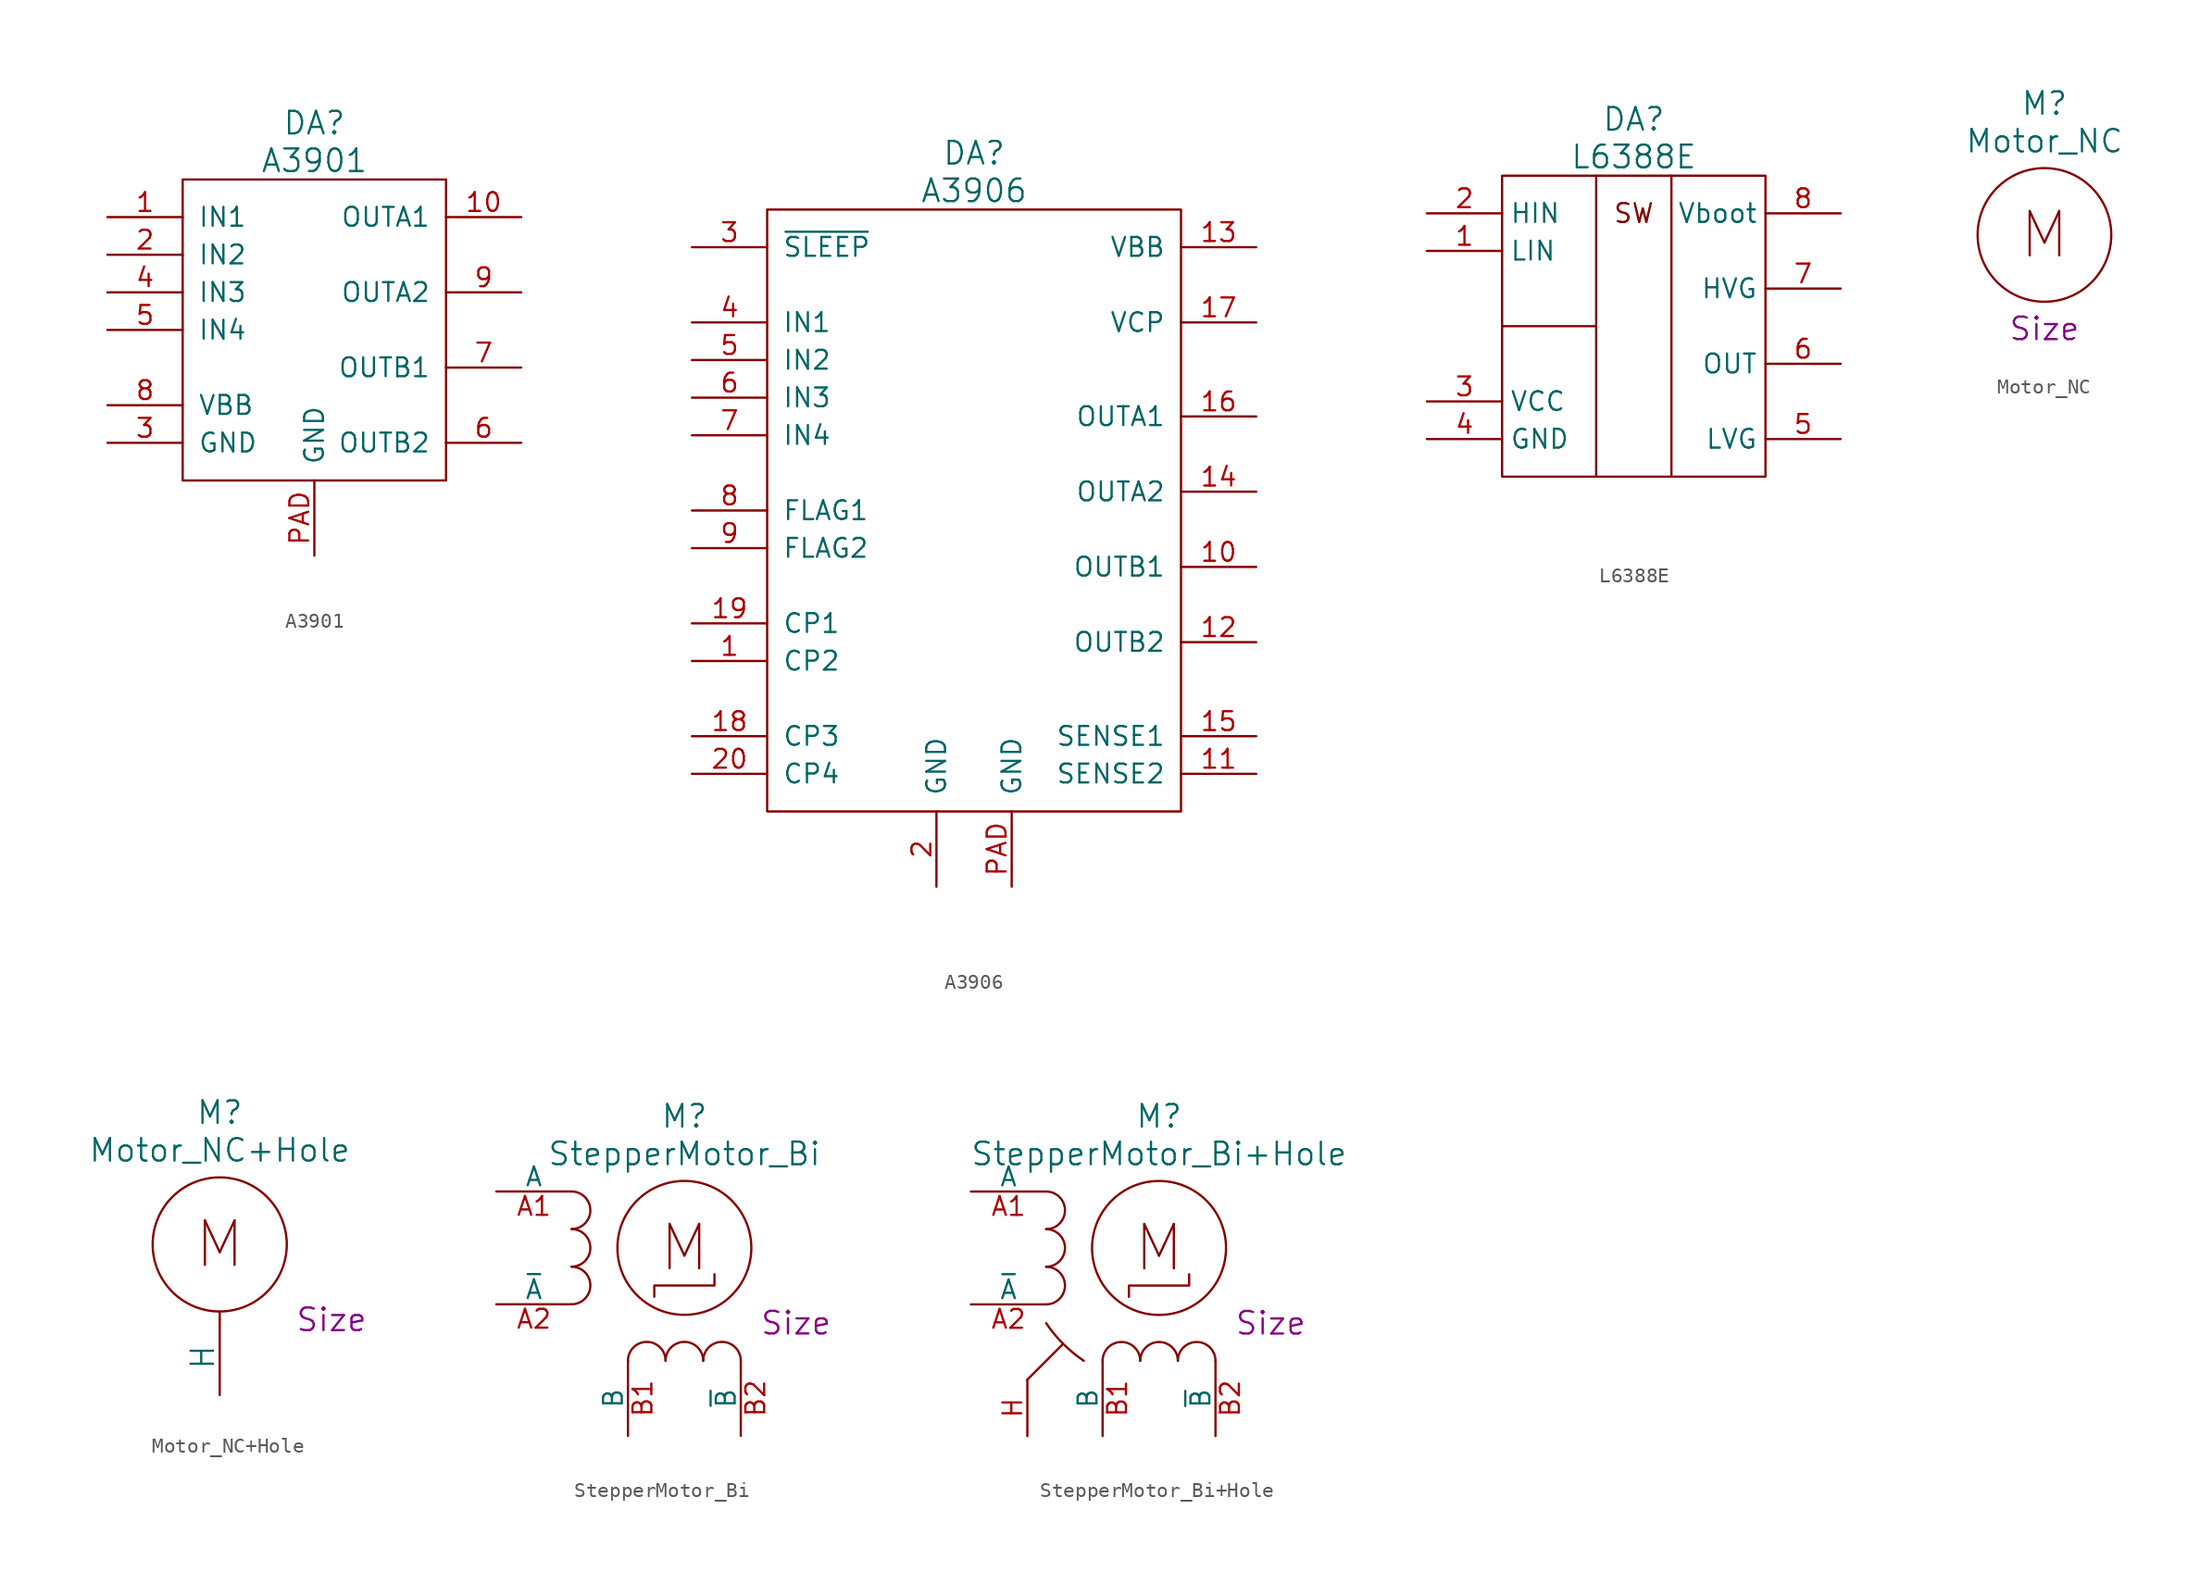
<source format=kicad_sym>
(kicad_symbol_lib
  (version 20220914)
  (generator kicad_symbol_editor)
  (symbol "A3901"
    (pin_names
      (offset 1.016))
    (property "Reference" "DA"
      (at 0 13.97 0)
      (effects (font (size 1.524 1.524))))
    (property "Value" "A3901"
      (at 0 11.43 0)
      (effects (font (size 1.524 1.524))))
    (property "Datasheet" ""
      (at 7.62 -12.7 0)
      (effects (font (size 1.524 1.524))))
    (symbol "A3901_0_1"
      (rectangle (start -8.89 10.16) (end 8.89 -10.16) (stroke (width 0) (type solid)) (fill (type none))))
    (symbol "A3901_1_1"
      (pin passive line (at -13.97 7.62 0) (length 5.08) (name "IN1" (effects (font (size 1.27 1.27)))) (number "1" (effects (font (size 1.27 1.27)))))
      (pin passive line (at 13.97 7.62 180) (length 5.08) (name "OUTA1" (effects (font (size 1.27 1.27)))) (number "10" (effects (font (size 1.27 1.27)))))
      (pin passive line (at -13.97 5.08 0) (length 5.08) (name "IN2" (effects (font (size 1.27 1.27)))) (number "2" (effects (font (size 1.27 1.27)))))
      (pin power_in line (at -13.97 -7.62 0) (length 5.08) (name "GND" (effects (font (size 1.27 1.27)))) (number "3" (effects (font (size 1.27 1.27)))))
      (pin passive line (at -13.97 2.54 0) (length 5.08) (name "IN3" (effects (font (size 1.27 1.27)))) (number "4" (effects (font (size 1.27 1.27)))))
      (pin passive line (at -13.97 0 0) (length 5.08) (name "IN4" (effects (font (size 1.27 1.27)))) (number "5" (effects (font (size 1.27 1.27)))))
      (pin passive line (at 13.97 -7.62 180) (length 5.08) (name "OUTB2" (effects (font (size 1.27 1.27)))) (number "6" (effects (font (size 1.27 1.27)))))
      (pin passive line (at 13.97 -2.54 180) (length 5.08) (name "OUTB1" (effects (font (size 1.27 1.27)))) (number "7" (effects (font (size 1.27 1.27)))))
      (pin power_in line (at -13.97 -5.08 0) (length 5.08) (name "VBB" (effects (font (size 1.27 1.27)))) (number "8" (effects (font (size 1.27 1.27)))))
      (pin passive line (at 13.97 2.54 180) (length 5.08) (name "OUTA2" (effects (font (size 1.27 1.27)))) (number "9" (effects (font (size 1.27 1.27)))))
      (pin passive line (at 0 -15.24 90) (length 5.08) (name "GND" (effects (font (size 1.27 1.27)))) (number "PAD" (effects (font (size 1.27 1.27)))))))
  (symbol "A3906"
    (pin_names
      (offset 1.016))
    (property "Reference" "DA"
      (at 0 22.86 0)
      (effects (font (size 1.524 1.524))))
    (property "Value" "A3906"
      (at 0 20.32 0)
      (effects (font (size 1.524 1.524))))
    (property "Datasheet" ""
      (at 7.62 -3.81 0)
      (effects (font (size 1.524 1.524))))
    (symbol "A3906_0_1"
      (rectangle (start -13.97 19.05) (end 13.97 -21.59) (stroke (width 0) (type solid)) (fill (type none))))
    (symbol "A3906_1_1"
      (pin passive line (at -19.05 -11.43 0) (length 5.08) (name "CP2" (effects (font (size 1.27 1.27)))) (number "1" (effects (font (size 1.27 1.27)))))
      (pin passive line (at 19.05 -5.08 180) (length 5.08) (name "OUTB1" (effects (font (size 1.27 1.27)))) (number "10" (effects (font (size 1.27 1.27)))))
      (pin passive line (at 19.05 -19.05 180) (length 5.08) (name "SENSE2" (effects (font (size 1.27 1.27)))) (number "11" (effects (font (size 1.27 1.27)))))
      (pin passive line (at 19.05 -10.16 180) (length 5.08) (name "OUTB2" (effects (font (size 1.27 1.27)))) (number "12" (effects (font (size 1.27 1.27)))))
      (pin power_in line (at 19.05 16.51 180) (length 5.08) (name "VBB" (effects (font (size 1.27 1.27)))) (number "13" (effects (font (size 1.27 1.27)))))
      (pin passive line (at 19.05 0 180) (length 5.08) (name "OUTA2" (effects (font (size 1.27 1.27)))) (number "14" (effects (font (size 1.27 1.27)))))
      (pin passive line (at 19.05 -16.51 180) (length 5.08) (name "SENSE1" (effects (font (size 1.27 1.27)))) (number "15" (effects (font (size 1.27 1.27)))))
      (pin passive line (at 19.05 5.08 180) (length 5.08) (name "OUTA1" (effects (font (size 1.27 1.27)))) (number "16" (effects (font (size 1.27 1.27)))))
      (pin passive line (at 19.05 11.43 180) (length 5.08) (name "VCP" (effects (font (size 1.27 1.27)))) (number "17" (effects (font (size 1.27 1.27)))))
      (pin passive line (at -19.05 -16.51 0) (length 5.08) (name "CP3" (effects (font (size 1.27 1.27)))) (number "18" (effects (font (size 1.27 1.27)))))
      (pin passive line (at -19.05 -8.89 0) (length 5.08) (name "CP1" (effects (font (size 1.27 1.27)))) (number "19" (effects (font (size 1.27 1.27)))))
      (pin power_in line (at -2.54 -26.67 90) (length 5.08) (name "GND" (effects (font (size 1.27 1.27)))) (number "2" (effects (font (size 1.27 1.27)))))
      (pin passive line (at -19.05 -19.05 0) (length 5.08) (name "CP4" (effects (font (size 1.27 1.27)))) (number "20" (effects (font (size 1.27 1.27)))))
      (pin passive line (at -19.05 16.51 0) (length 5.08) (name "~{SLEEP}" (effects (font (size 1.27 1.27)))) (number "3" (effects (font (size 1.27 1.27)))))
      (pin passive line (at -19.05 11.43 0) (length 5.08) (name "IN1" (effects (font (size 1.27 1.27)))) (number "4" (effects (font (size 1.27 1.27)))))
      (pin passive line (at -19.05 8.89 0) (length 5.08) (name "IN2" (effects (font (size 1.27 1.27)))) (number "5" (effects (font (size 1.27 1.27)))))
      (pin passive line (at -19.05 6.35 0) (length 5.08) (name "IN3" (effects (font (size 1.27 1.27)))) (number "6" (effects (font (size 1.27 1.27)))))
      (pin passive line (at -19.05 3.81 0) (length 5.08) (name "IN4" (effects (font (size 1.27 1.27)))) (number "7" (effects (font (size 1.27 1.27)))))
      (pin passive line (at -19.05 -1.27 0) (length 5.08) (name "FLAG1" (effects (font (size 1.27 1.27)))) (number "8" (effects (font (size 1.27 1.27)))))
      (pin passive line (at -19.05 -3.81 0) (length 5.08) (name "FLAG2" (effects (font (size 1.27 1.27)))) (number "9" (effects (font (size 1.27 1.27)))))
      (pin passive line (at 2.54 -26.67 90) (length 5.08) (name "GND" (effects (font (size 1.27 1.27)))) (number "PAD" (effects (font (size 1.27 1.27)))))))
  (symbol "L6388E"
    (pin_names
      (offset 0.5))
    (property "Reference" "DA"
      (at 0 13.97 0)
      (effects (font (size 1.524 1.524))))
    (property "Value" "L6388E"
      (at 0 11.43 0)
      (effects (font (size 1.524 1.524))))
    (property "Datasheet" ""
      (at 7.62 -12.7 0)
      (effects (font (size 1.524 1.524))))
    (symbol "L6388E_0_1"
      (rectangle (start -8.89 10.16) (end 8.89 -10.16) (stroke (width 0) (type solid)) (fill (type none)))
      (polyline (pts (xy -2.54 -10.16) (xy -2.54 10.16)) (stroke (width 0) (type default)) (fill (type none)))
      (polyline (pts (xy 2.54 10.16) (xy 2.54 -10.16)) (stroke (width 0) (type default)) (fill (type none))))
    (symbol "L6388E_1_0"
      (polyline (pts (xy -8.89 0) (xy -2.54 0)) (stroke (width 0) (type default)) (fill (type none)))
      (text "SW" (at 0 7.62 0) (effects (font (size 1.27 1.27)))))
    (symbol "L6388E_1_1"
      (pin input line (at -13.97 5.08 0) (length 5.08) (name "LIN" (effects (font (size 1.27 1.27)))) (number "1" (effects (font (size 1.27 1.27)))))
      (pin input line (at -13.97 7.62 0) (length 5.08) (name "HIN" (effects (font (size 1.27 1.27)))) (number "2" (effects (font (size 1.27 1.27)))))
      (pin power_in line (at -13.97 -5.08 0) (length 5.08) (name "VCC" (effects (font (size 1.27 1.27)))) (number "3" (effects (font (size 1.27 1.27)))))
      (pin power_in line (at -13.97 -7.62 0) (length 5.08) (name "GND" (effects (font (size 1.27 1.27)))) (number "4" (effects (font (size 1.27 1.27)))))
      (pin passive line (at 13.97 -7.62 180) (length 5.08) (name "LVG" (effects (font (size 1.27 1.27)))) (number "5" (effects (font (size 1.27 1.27)))))
      (pin passive line (at 13.97 -2.54 180) (length 5.08) (name "OUT" (effects (font (size 1.27 1.27)))) (number "6" (effects (font (size 1.27 1.27)))))
      (pin passive line (at 13.97 2.54 180) (length 5.08) (name "HVG" (effects (font (size 1.27 1.27)))) (number "7" (effects (font (size 1.27 1.27)))))
      (pin passive line (at 13.97 7.62 180) (length 5.08) (name "Vboot" (effects (font (size 1.27 1.27)))) (number "8" (effects (font (size 1.27 1.27)))))))
  (symbol "Motor_NC"
    (pin_numbers hide)
    (pin_names
      (offset 0))
    (property "Reference" "M"
      (at 0 8.89 0)
      (effects (font (size 1.524 1.524))))
    (property "Value" "Motor_NC"
      (at 0 6.35 0)
      (effects (font (size 1.524 1.524))))
    (property "Footprint" ""
      (at 0 0 0)
      (effects (font (size 1.524 1.524))))
    (property "Datasheet" ""
      (at 0 8.89 0)
      (effects (font (size 1.524 1.524))))
    (property "Size" "Size"
      (at 0 -6.35 0)
      (effects (font (size 1.524 1.524))))
    (symbol "Motor_NC_0_0"
      (text "M" (at 0 0 0) (effects (font (size 2.997 2.997)))))
    (symbol "Motor_NC_0_1"
      (circle (center 0 0) (radius 4.521) (stroke (width 0) (type solid)) (fill (type none)))))
  (symbol "Motor_NC+Hole"
    (pin_numbers hide)
    (pin_names
      (offset 0))
    (property "Reference" "M"
      (at 0 8.89 0)
      (effects (font (size 1.524 1.524))))
    (property "Value" "Motor_NC+Hole"
      (at 0 6.35 0)
      (effects (font (size 1.524 1.524))))
    (property "Footprint" ""
      (at 0 0 0)
      (effects (font (size 1.524 1.524))))
    (property "Datasheet" ""
      (at 0 8.89 0)
      (effects (font (size 1.524 1.524))))
    (property "Size" "Size"
      (at 5.08 -5.08 0)
      (effects (font (size 1.524 1.524)) (justify left)))
    (symbol "Motor_NC+Hole_0_0"
      (text "M" (at 0 0 0) (effects (font (size 2.997 2.997)))))
    (symbol "Motor_NC+Hole_0_1"
      (polyline (pts (xy 0 -5.08) (xy 0 -4.572)) (stroke (width 0) (type solid)) (fill (type none)))
      (circle (center 0 0) (radius 4.521) (stroke (width 0) (type solid)) (fill (type none))))
    (symbol "Motor_NC+Hole_1_1"
      (pin passive line (at 0 -10.16 90) (length 5.105) (name "H" (effects (font (size 1.524 1.524)))) (number "H" (effects (font (size 1.524 1.524)))))))
  (symbol "StepperMotor_Bi"
    (pin_names
      (offset 0))
    (property "Reference" "M"
      (at 0 8.89 0)
      (effects (font (size 1.524 1.524))))
    (property "Value" "StepperMotor_Bi"
      (at 0 6.35 0)
      (effects (font (size 1.524 1.524))))
    (property "Footprint" ""
      (at 0 0 0)
      (effects (font (size 1.524 1.524))))
    (property "Datasheet" ""
      (at 0 8.89 0)
      (effects (font (size 1.524 1.524))))
    (property "Size" "Size"
      (at 5.08 -5.08 0)
      (effects (font (size 1.524 1.524)) (justify left)))
    (symbol "StepperMotor_Bi_0_0"
      (text "M" (at 0 0 0) (effects (font (size 2.997 2.997)))))
    (symbol "StepperMotor_Bi_0_1"
      (arc (start -7.62 -3.81) (mid -6.3555 -2.54) (end -7.62 -1.27) (stroke (width 0) (type solid)) (fill (type none)))
      (arc (start -7.62 -1.27) (mid -6.3555 0) (end -7.62 1.27) (stroke (width 0) (type solid)) (fill (type none)))
      (arc (start -7.62 1.27) (mid -6.3555 2.54) (end -7.62 3.81) (stroke (width 0) (type solid)) (fill (type none)))
      (arc (start -1.27 -7.62) (mid -2.54 -6.3555) (end -3.81 -7.62) (stroke (width 0) (type solid)) (fill (type none)))
      (polyline (pts (xy -2.032 -3.302) (xy -2.032 -2.54) (xy 2.032 -2.54) (xy 2.032 -1.778)) (stroke (width 0) (type solid)) (fill (type none)))
      (circle (center 0 0) (radius 4.521) (stroke (width 0) (type solid)) (fill (type none)))
      (arc (start 1.27 -7.62) (mid 0 -6.3555) (end -1.27 -7.62) (stroke (width 0) (type solid)) (fill (type none)))
      (arc (start 3.81 -7.62) (mid 2.54 -6.3555) (end 1.27 -7.62) (stroke (width 0) (type solid)) (fill (type none))))
    (symbol "StepperMotor_Bi_1_1"
      (pin passive line (at -12.7 3.81 0) (length 5.08) (name "A" (effects (font (size 1.27 1.27)))) (number "A1" (effects (font (size 1.27 1.27)))))
      (pin passive line (at -12.7 -3.81 0) (length 5.08) (name "~{A}" (effects (font (size 1.27 1.27)))) (number "A2" (effects (font (size 1.27 1.27)))))
      (pin passive line (at -3.81 -12.7 90) (length 5.08) (name "B" (effects (font (size 1.27 1.27)))) (number "B1" (effects (font (size 1.27 1.27)))))
      (pin passive line (at 3.81 -12.7 90) (length 5.08) (name "~{B}" (effects (font (size 1.27 1.27)))) (number "B2" (effects (font (size 1.27 1.27)))))))
  (symbol "StepperMotor_Bi+Hole"
    (pin_names
      (offset 0))
    (property "Reference" "M"
      (at 0 8.89 0)
      (effects (font (size 1.524 1.524))))
    (property "Value" "StepperMotor_Bi+Hole"
      (at 0 6.35 0)
      (effects (font (size 1.524 1.524))))
    (property "Footprint" ""
      (at 0 0 0)
      (effects (font (size 1.524 1.524))))
    (property "Datasheet" ""
      (at 0 8.89 0)
      (effects (font (size 1.524 1.524))))
    (property "Size" "Size"
      (at 5.08 -5.08 0)
      (effects (font (size 1.524 1.524)) (justify left)))
    (symbol "StepperMotor_Bi+Hole_0_0"
      (text "M" (at 0 0 0) (effects (font (size 2.997 2.997)))))
    (symbol "StepperMotor_Bi+Hole_0_1"
      (arc (start -7.62 -5.08) (mid -6.4733 -6.4728) (end -5.08 -7.62) (stroke (width 0) (type solid)) (fill (type none)))
      (arc (start -7.62 -3.81) (mid -6.3555 -2.54) (end -7.62 -1.27) (stroke (width 0) (type solid)) (fill (type none)))
      (arc (start -7.62 -1.27) (mid -6.3555 0) (end -7.62 1.27) (stroke (width 0) (type solid)) (fill (type none)))
      (arc (start -7.62 1.27) (mid -6.3555 2.54) (end -7.62 3.81) (stroke (width 0) (type solid)) (fill (type none)))
      (arc (start -1.27 -7.62) (mid -2.54 -6.3555) (end -3.81 -7.62) (stroke (width 0) (type solid)) (fill (type none)))
      (polyline (pts (xy -8.89 -8.89) (xy -6.502 -6.502)) (stroke (width 0) (type solid)) (fill (type none)))
      (polyline (pts (xy -2.032 -3.302) (xy -2.032 -2.54) (xy 2.032 -2.54) (xy 2.032 -1.778)) (stroke (width 0) (type solid)) (fill (type none)))
      (circle (center 0 0) (radius 4.521) (stroke (width 0) (type solid)) (fill (type none)))
      (arc (start 1.27 -7.62) (mid 0 -6.3555) (end -1.27 -7.62) (stroke (width 0) (type solid)) (fill (type none)))
      (arc (start 3.81 -7.62) (mid 2.54 -6.3555) (end 1.27 -7.62) (stroke (width 0) (type solid)) (fill (type none))))
    (symbol "StepperMotor_Bi+Hole_1_1"
      (pin passive line (at -12.7 3.81 0) (length 5.08) (name "A" (effects (font (size 1.27 1.27)))) (number "A1" (effects (font (size 1.27 1.27)))))
      (pin passive line (at -12.7 -3.81 0) (length 5.08) (name "~{A}" (effects (font (size 1.27 1.27)))) (number "A2" (effects (font (size 1.27 1.27)))))
      (pin passive line (at -3.81 -12.7 90) (length 5.08) (name "B" (effects (font (size 1.27 1.27)))) (number "B1" (effects (font (size 1.27 1.27)))))
      (pin passive line (at 3.81 -12.7 90) (length 5.08) (name "~{B}" (effects (font (size 1.27 1.27)))) (number "B2" (effects (font (size 1.27 1.27)))))
      (pin passive line (at -8.89 -12.7 90) (length 3.81) (name "~" (effects (font (size 1.27 1.27)))) (number "H" (effects (font (size 1.27 1.27))))))))
</source>
